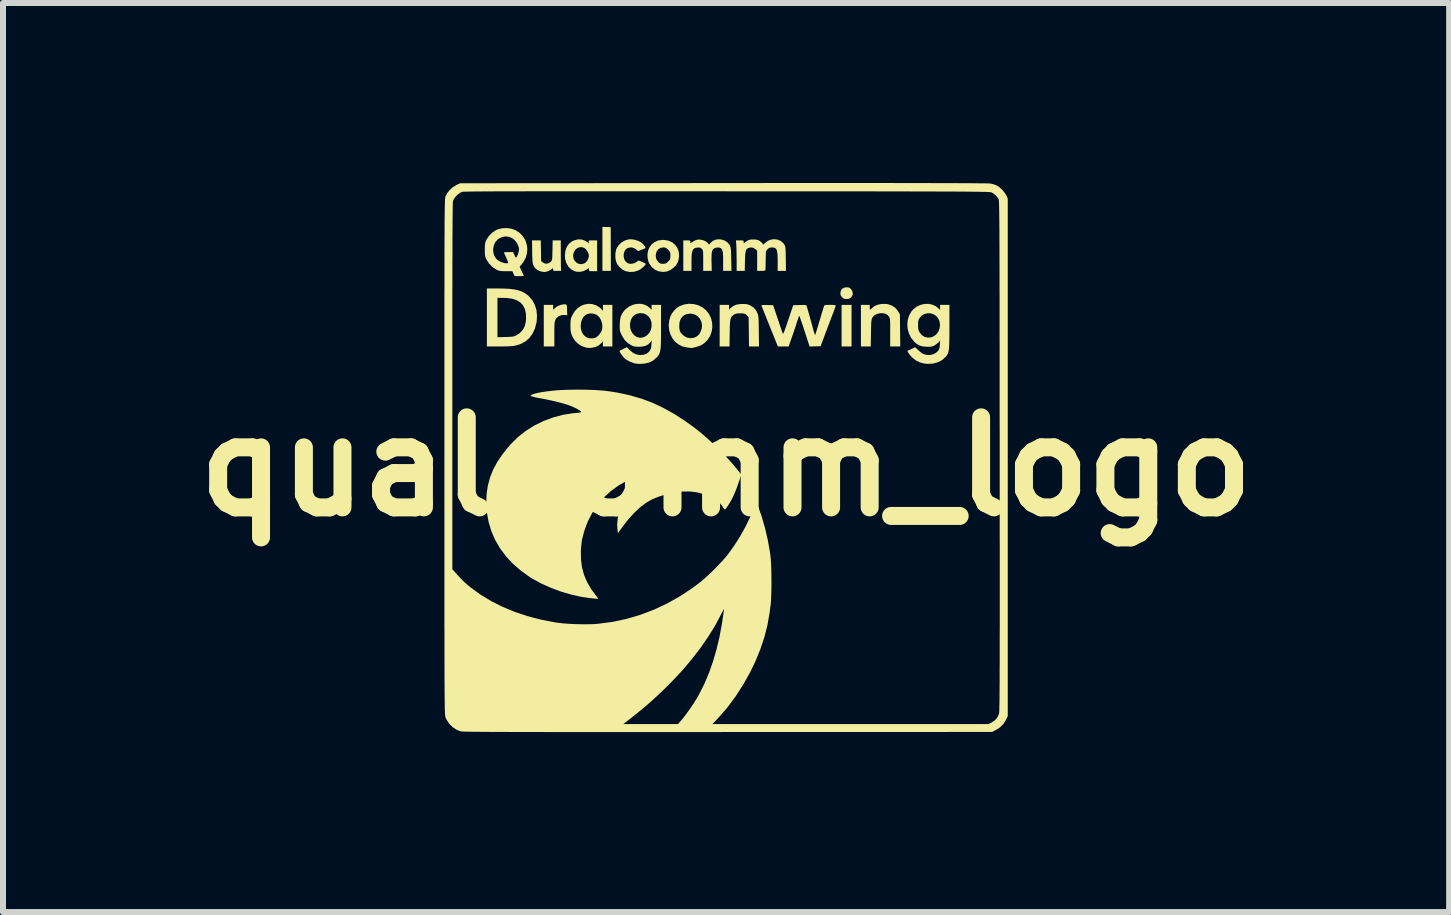
<source format=kicad_pcb>
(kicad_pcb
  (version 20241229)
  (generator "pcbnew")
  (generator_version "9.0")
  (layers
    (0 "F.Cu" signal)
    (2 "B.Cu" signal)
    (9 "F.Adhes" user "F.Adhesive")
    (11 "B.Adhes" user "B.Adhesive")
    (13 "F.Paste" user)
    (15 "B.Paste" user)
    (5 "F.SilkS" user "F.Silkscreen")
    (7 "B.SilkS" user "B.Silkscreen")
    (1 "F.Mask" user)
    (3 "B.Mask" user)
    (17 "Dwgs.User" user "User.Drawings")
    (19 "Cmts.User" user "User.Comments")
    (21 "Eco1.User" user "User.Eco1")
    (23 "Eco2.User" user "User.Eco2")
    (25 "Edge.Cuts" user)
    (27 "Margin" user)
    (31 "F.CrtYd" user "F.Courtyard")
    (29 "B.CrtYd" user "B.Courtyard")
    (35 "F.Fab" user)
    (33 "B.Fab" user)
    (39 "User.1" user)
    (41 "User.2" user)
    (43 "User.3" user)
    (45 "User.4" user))
  (footprint "qualcomm_logo"
    (layer "F.Cu")
    (at 9.05 4.727)
    (property "Reference" "qualcomm_logo" (at 0 0 0) (layer "F.SilkS") (effects (font (size 1.5 1.5) (thickness 0.3))))
    (attr board_only exclude_from_pos_files exclude_from_bom)
    (fp_poly (pts (xy -1.992 -3.994) (xy -1.923 -3.991) (xy -1.921 -3.627) (xy -1.92 -3.263) (xy -1.99 -3.263) (xy -2.061 -3.263) (xy -2.061 -3.63) (xy -2.061 -3.996)) (stroke (width 0) (type solid)) (fill yes) (layer "F.SilkS"))
    (fp_poly (pts (xy 2.091 -2.349) (xy 2.091 -2.003) (xy 2.008 -2.003) (xy 1.925 -2.003) (xy 1.925 -2.349) (xy 1.925 -2.696) (xy 2.008 -2.696) (xy 2.091 -2.696)) (stroke (width 0) (type solid)) (fill yes) (layer "F.SilkS"))
    (fp_poly (pts (xy 2.04 -2.987) (xy 2.062 -2.977) (xy 2.082 -2.959) (xy 2.105 -2.922) (xy 2.112 -2.882) (xy 2.101 -2.844) (xy 2.083 -2.82) (xy 2.059 -2.803) (xy 2.033 -2.795) (xy 2.009 -2.794) (xy 1.976 -2.796) (xy 1.952 -2.806) (xy 1.934 -2.823) (xy 1.913 -2.849) (xy 1.905 -2.878) (xy 1.905 -2.892) (xy 1.913 -2.935) (xy 1.937 -2.966) (xy 1.974 -2.985) (xy 2.008 -2.989)) (stroke (width 0) (type solid)) (fill yes) (layer "F.SilkS"))
    (fp_poly (pts (xy -2.677 -2.705) (xy -2.665 -2.702) (xy -2.658 -2.696) (xy -2.654 -2.682) (xy -2.651 -2.657) (xy -2.65 -2.617) (xy -2.65 -2.612) (xy -2.647 -2.523) (xy -2.69 -2.528) (xy -2.742 -2.525) (xy -2.789 -2.508) (xy -2.826 -2.477) (xy -2.843 -2.45) (xy -2.849 -2.434) (xy -2.854 -2.416) (xy -2.858 -2.393) (xy -2.86 -2.362) (xy -2.861 -2.32) (xy -2.862 -2.265) (xy -2.862 -2.205) (xy -2.862 -2.003) (xy -2.95 -2.003) (xy -3.038 -2.003) (xy -3.038 -2.349) (xy -3.038 -2.696) (xy -2.96 -2.696) (xy -2.882 -2.696) (xy -2.882 -2.656) (xy -2.882 -2.616) (xy -2.844 -2.65) (xy -2.804 -2.677) (xy -2.756 -2.696) (xy -2.706 -2.705)) (stroke (width 0) (type solid)) (fill yes) (layer "F.SilkS"))
    (fp_poly (pts (xy 2.698 -2.707) (xy 2.766 -2.684) (xy 2.821 -2.646) (xy 2.863 -2.595) (xy 2.868 -2.587) (xy 2.897 -2.535) (xy 2.9 -2.269) (xy 2.903 -2.003) (xy 2.819 -2.003) (xy 2.735 -2.003) (xy 2.735 -2.235) (xy 2.735 -2.309) (xy 2.735 -2.366) (xy 2.734 -2.409) (xy 2.732 -2.44) (xy 2.729 -2.462) (xy 2.726 -2.478) (xy 2.72 -2.491) (xy 2.716 -2.498) (xy 2.687 -2.532) (xy 2.648 -2.552) (xy 2.597 -2.558) (xy 2.575 -2.558) (xy 2.516 -2.547) (xy 2.471 -2.523) (xy 2.438 -2.484) (xy 2.435 -2.478) (xy 2.429 -2.465) (xy 2.425 -2.448) (xy 2.421 -2.424) (xy 2.419 -2.39) (xy 2.417 -2.345) (xy 2.416 -2.284) (xy 2.415 -2.225) (xy 2.411 -2.003) (xy 2.329 -2.003) (xy 2.247 -2.003) (xy 2.247 -2.349) (xy 2.247 -2.696) (xy 2.32 -2.696) (xy 2.393 -2.696) (xy 2.395 -2.665) (xy 2.395 -2.64) (xy 2.395 -2.626) (xy 2.395 -2.625) (xy 2.398 -2.618) (xy 2.412 -2.625) (xy 2.433 -2.644) (xy 2.475 -2.677) (xy 2.531 -2.7) (xy 2.594 -2.712) (xy 2.661 -2.712)) (stroke (width 0) (type solid)) (fill yes) (layer "F.SilkS"))
    (fp_poly (pts (xy -3.808 -2.97) (xy -3.698 -2.968) (xy -3.606 -2.963) (xy -3.528 -2.953) (xy -3.462 -2.939) (xy -3.405 -2.919) (xy -3.355 -2.893) (xy -3.31 -2.861) (xy -3.288 -2.842) (xy -3.23 -2.776) (xy -3.188 -2.699) (xy -3.161 -2.613) (xy -3.151 -2.519) (xy -3.157 -2.418) (xy -3.16 -2.399) (xy -3.186 -2.301) (xy -3.226 -2.215) (xy -3.279 -2.144) (xy -3.345 -2.087) (xy -3.424 -2.044) (xy -3.512 -2.017) (xy -3.552 -2.011) (xy -3.605 -2.007) (xy -3.674 -2.004) (xy -3.759 -2.003) (xy -3.783 -2.003) (xy -3.986 -2.003) (xy -3.986 -2.485) (xy -3.81 -2.485) (xy -3.81 -2.157) (xy -3.676 -2.161) (xy -3.619 -2.163) (xy -3.578 -2.165) (xy -3.549 -2.169) (xy -3.526 -2.175) (xy -3.506 -2.183) (xy -3.499 -2.187) (xy -3.436 -2.228) (xy -3.39 -2.277) (xy -3.357 -2.336) (xy -3.339 -2.408) (xy -3.333 -2.463) (xy -3.336 -2.551) (xy -3.352 -2.625) (xy -3.383 -2.687) (xy -3.429 -2.737) (xy -3.49 -2.774) (xy -3.565 -2.799) (xy -3.656 -2.811) (xy -3.715 -2.813) (xy -3.81 -2.814) (xy -3.81 -2.485) (xy -3.986 -2.485) (xy -3.986 -2.486) (xy -3.986 -2.97)) (stroke (width 0) (type solid)) (fill yes) (layer "F.SilkS"))
    (fp_poly (pts (xy 0.32 -2.71) (xy 0.353 -2.706) (xy 0.381 -2.697) (xy 0.401 -2.688) (xy 0.452 -2.656) (xy 0.49 -2.617) (xy 0.519 -2.567) (xy 0.519 -2.566) (xy 0.526 -2.55) (xy 0.532 -2.534) (xy 0.536 -2.515) (xy 0.539 -2.491) (xy 0.541 -2.46) (xy 0.543 -2.417) (xy 0.544 -2.362) (xy 0.545 -2.291) (xy 0.545 -2.259) (xy 0.549 -2.003) (xy 0.465 -2.003) (xy 0.382 -2.003) (xy 0.379 -2.247) (xy 0.376 -2.491) (xy 0.344 -2.523) (xy 0.327 -2.539) (xy 0.311 -2.548) (xy 0.291 -2.553) (xy 0.26 -2.555) (xy 0.237 -2.555) (xy 0.195 -2.554) (xy 0.167 -2.55) (xy 0.145 -2.542) (xy 0.129 -2.532) (xy 0.11 -2.517) (xy 0.094 -2.502) (xy 0.083 -2.483) (xy 0.074 -2.46) (xy 0.069 -2.428) (xy 0.065 -2.386) (xy 0.062 -2.33) (xy 0.061 -2.258) (xy 0.06 -2.225) (xy 0.057 -2.003) (xy -0.025 -2.003) (xy -0.107 -2.003) (xy -0.107 -2.349) (xy -0.107 -2.696) (xy -0.029 -2.696) (xy 0.049 -2.696) (xy 0.049 -2.658) (xy 0.049 -2.619) (xy 0.076 -2.644) (xy 0.121 -2.678) (xy 0.174 -2.7) (xy 0.237 -2.71) (xy 0.274 -2.711)) (stroke (width 0) (type solid)) (fill yes) (layer "F.SilkS"))
    (fp_poly (pts (xy -3.085 -3.599) (xy -3.082 -3.427) (xy -3.054 -3.403) (xy -3.019 -3.385) (xy -2.98 -3.383) (xy -2.942 -3.398) (xy -2.922 -3.414) (xy -2.913 -3.424) (xy -2.906 -3.434) (xy -2.901 -3.448) (xy -2.898 -3.468) (xy -2.896 -3.499) (xy -2.895 -3.543) (xy -2.894 -3.602) (xy -2.893 -3.605) (xy -2.89 -3.771) (xy -2.823 -3.771) (xy -2.755 -3.771) (xy -2.754 -3.549) (xy -2.754 -3.483) (xy -2.753 -3.422) (xy -2.753 -3.369) (xy -2.752 -3.328) (xy -2.751 -3.301) (xy -2.751 -3.295) (xy -2.749 -3.263) (xy -2.805 -3.263) (xy -2.837 -3.263) (xy -2.861 -3.262) (xy -2.87 -3.261) (xy -2.876 -3.268) (xy -2.882 -3.287) (xy -2.886 -3.306) (xy -2.892 -3.307) (xy -2.901 -3.297) (xy -2.927 -3.277) (xy -2.964 -3.259) (xy -3.003 -3.247) (xy -3.028 -3.244) (xy -3.062 -3.248) (xy -3.096 -3.256) (xy -3.099 -3.257) (xy -3.146 -3.278) (xy -3.179 -3.305) (xy -3.204 -3.341) (xy -3.208 -3.349) (xy -3.215 -3.367) (xy -3.221 -3.386) (xy -3.225 -3.409) (xy -3.227 -3.439) (xy -3.229 -3.481) (xy -3.231 -3.536) (xy -3.231 -3.583) (xy -3.234 -3.771) (xy -3.161 -3.771) (xy -3.088 -3.771)) (stroke (width 0) (type solid)) (fill yes) (layer "F.SilkS"))
    (fp_poly (pts (xy -2.405 -3.786) (xy -2.349 -3.765) (xy -2.329 -3.753) (xy -2.286 -3.722) (xy -2.29 -3.747) (xy -2.292 -3.759) (xy -2.288 -3.766) (xy -2.275 -3.77) (xy -2.249 -3.771) (xy -2.222 -3.771) (xy -2.149 -3.771) (xy -2.149 -3.514) (xy -2.149 -3.258) (xy -2.218 -3.258) (xy -2.253 -3.258) (xy -2.274 -3.26) (xy -2.283 -3.266) (xy -2.286 -3.276) (xy -2.286 -3.285) (xy -2.286 -3.311) (xy -2.328 -3.282) (xy -2.376 -3.259) (xy -2.433 -3.247) (xy -2.49 -3.249) (xy -2.524 -3.257) (xy -2.581 -3.288) (xy -2.628 -3.334) (xy -2.662 -3.392) (xy -2.682 -3.459) (xy -2.686 -3.513) (xy -2.685 -3.524) (xy -2.549 -3.524) (xy -2.544 -3.475) (xy -2.541 -3.465) (xy -2.518 -3.423) (xy -2.484 -3.393) (xy -2.442 -3.377) (xy -2.398 -3.376) (xy -2.355 -3.391) (xy -2.345 -3.398) (xy -2.316 -3.428) (xy -2.295 -3.469) (xy -2.286 -3.51) (xy -2.286 -3.513) (xy -2.294 -3.554) (xy -2.315 -3.596) (xy -2.345 -3.631) (xy -2.367 -3.647) (xy -2.41 -3.659) (xy -2.451 -3.655) (xy -2.488 -3.637) (xy -2.518 -3.607) (xy -2.539 -3.568) (xy -2.549 -3.524) (xy -2.685 -3.524) (xy -2.679 -3.592) (xy -2.657 -3.658) (xy -2.621 -3.712) (xy -2.571 -3.753) (xy -2.532 -3.771) (xy -2.466 -3.788)) (stroke (width 0) (type solid)) (fill yes) (layer "F.SilkS"))
    (fp_poly (pts (xy -1.534 -3.784) (xy -1.473 -3.766) (xy -1.422 -3.741) (xy -1.395 -3.72) (xy -1.37 -3.695) (xy -1.351 -3.671) (xy -1.343 -3.651) (xy -1.344 -3.643) (xy -1.354 -3.637) (xy -1.378 -3.626) (xy -1.407 -3.615) (xy -1.466 -3.592) (xy -1.488 -3.612) (xy -1.527 -3.64) (xy -1.569 -3.653) (xy -1.586 -3.654) (xy -1.634 -3.646) (xy -1.669 -3.624) (xy -1.691 -3.594) (xy -1.706 -3.546) (xy -1.707 -3.499) (xy -1.696 -3.455) (xy -1.673 -3.418) (xy -1.64 -3.392) (xy -1.6 -3.38) (xy -1.592 -3.38) (xy -1.537 -3.388) (xy -1.491 -3.411) (xy -1.479 -3.42) (xy -1.468 -3.43) (xy -1.457 -3.433) (xy -1.441 -3.43) (xy -1.415 -3.42) (xy -1.399 -3.413) (xy -1.368 -3.399) (xy -1.347 -3.387) (xy -1.338 -3.381) (xy -1.338 -3.381) (xy -1.346 -3.364) (xy -1.366 -3.34) (xy -1.395 -3.314) (xy -1.427 -3.29) (xy -1.459 -3.272) (xy -1.46 -3.271) (xy -1.529 -3.249) (xy -1.601 -3.244) (xy -1.67 -3.257) (xy -1.677 -3.259) (xy -1.725 -3.284) (xy -1.771 -3.322) (xy -1.808 -3.365) (xy -1.819 -3.384) (xy -1.837 -3.433) (xy -1.845 -3.493) (xy -1.844 -3.555) (xy -1.834 -3.611) (xy -1.827 -3.632) (xy -1.793 -3.687) (xy -1.746 -3.734) (xy -1.689 -3.768) (xy -1.628 -3.787) (xy -1.591 -3.79)) (stroke (width 0) (type solid)) (fill yes) (layer "F.SilkS"))
    (fp_poly (pts (xy -1.027 -3.778) (xy -0.956 -3.765) (xy -0.895 -3.736) (xy -0.845 -3.693) (xy -0.809 -3.64) (xy -0.788 -3.578) (xy -0.783 -3.509) (xy -0.795 -3.436) (xy -0.796 -3.434) (xy -0.81 -3.396) (xy -0.83 -3.363) (xy -0.862 -3.328) (xy -0.864 -3.326) (xy -0.922 -3.28) (xy -0.985 -3.253) (xy -1.052 -3.245) (xy -1.124 -3.256) (xy -1.134 -3.258) (xy -1.187 -3.284) (xy -1.236 -3.325) (xy -1.275 -3.376) (xy -1.284 -3.392) (xy -1.304 -3.453) (xy -1.31 -3.517) (xy -1.172 -3.517) (xy -1.168 -3.476) (xy -1.153 -3.441) (xy -1.125 -3.407) (xy -1.105 -3.39) (xy -1.083 -3.382) (xy -1.052 -3.38) (xy -1.022 -3.382) (xy -1 -3.389) (xy -0.978 -3.407) (xy -0.966 -3.418) (xy -0.945 -3.44) (xy -0.934 -3.459) (xy -0.929 -3.482) (xy -0.928 -3.516) (xy -0.928 -3.517) (xy -0.929 -3.552) (xy -0.933 -3.574) (xy -0.945 -3.593) (xy -0.965 -3.615) (xy -0.966 -3.616) (xy -0.991 -3.639) (xy -1.013 -3.65) (xy -1.038 -3.654) (xy -1.048 -3.654) (xy -1.095 -3.645) (xy -1.132 -3.62) (xy -1.159 -3.583) (xy -1.171 -3.534) (xy -1.172 -3.517) (xy -1.31 -3.517) (xy -1.311 -3.521) (xy -1.303 -3.588) (xy -1.284 -3.642) (xy -1.245 -3.7) (xy -1.194 -3.742) (xy -1.133 -3.769) (xy -1.062 -3.779)) (stroke (width 0) (type solid)) (fill yes) (layer "F.SilkS"))
    (fp_poly (pts (xy -0.541 -2.71) (xy -0.462 -2.69) (xy -0.39 -2.653) (xy -0.334 -2.607) (xy -0.285 -2.545) (xy -0.251 -2.476) (xy -0.233 -2.402) (xy -0.229 -2.326) (xy -0.24 -2.252) (xy -0.265 -2.181) (xy -0.304 -2.118) (xy -0.356 -2.064) (xy -0.414 -2.025) (xy -0.441 -2.014) (xy -0.475 -2.002) (xy -0.512 -1.991) (xy -0.546 -1.983) (xy -0.573 -1.978) (xy -0.588 -1.978) (xy -0.588 -1.978) (xy -0.599 -1.98) (xy -0.623 -1.983) (xy -0.647 -1.986) (xy -0.722 -2.002) (xy -0.789 -2.034) (xy -0.846 -2.079) (xy -0.893 -2.137) (xy -0.927 -2.203) (xy -0.949 -2.277) (xy -0.954 -2.339) (xy -0.78 -2.339) (xy -0.78 -2.325) (xy -0.776 -2.285) (xy -0.769 -2.257) (xy -0.757 -2.234) (xy -0.746 -2.221) (xy -0.702 -2.178) (xy -0.65 -2.151) (xy -0.594 -2.141) (xy -0.538 -2.148) (xy -0.52 -2.154) (xy -0.479 -2.177) (xy -0.449 -2.206) (xy -0.428 -2.241) (xy -0.406 -2.301) (xy -0.401 -2.36) (xy -0.412 -2.416) (xy -0.436 -2.465) (xy -0.472 -2.506) (xy -0.519 -2.535) (xy -0.575 -2.549) (xy -0.596 -2.55) (xy -0.656 -2.543) (xy -0.704 -2.521) (xy -0.735 -2.493) (xy -0.762 -2.45) (xy -0.777 -2.4) (xy -0.78 -2.339) (xy -0.954 -2.339) (xy -0.956 -2.356) (xy -0.947 -2.437) (xy -0.928 -2.503) (xy -0.903 -2.553) (xy -0.865 -2.602) (xy -0.822 -2.644) (xy -0.781 -2.672) (xy -0.703 -2.702) (xy -0.622 -2.715)) (stroke (width 0) (type solid)) (fill yes) (layer "F.SilkS"))
    (fp_poly (pts (xy -2.227 -2.709) (xy -2.161 -2.687) (xy -2.103 -2.65) (xy -2.083 -2.631) (xy -2.052 -2.597) (xy -2.052 -2.647) (xy -2.052 -2.696) (xy -1.973 -2.696) (xy -1.895 -2.696) (xy -1.895 -2.349) (xy -1.895 -2.003) (xy -1.973 -2.003) (xy -2.052 -2.003) (xy -2.052 -2.044) (xy -2.052 -2.085) (xy -2.083 -2.055) (xy -2.113 -2.029) (xy -2.139 -2.011) (xy -2.166 -1.999) (xy -2.201 -1.989) (xy -2.249 -1.981) (xy -2.262 -1.979) (xy -2.283 -1.979) (xy -2.314 -1.982) (xy -2.326 -1.983) (xy -2.397 -2.005) (xy -2.461 -2.043) (xy -2.515 -2.095) (xy -2.557 -2.16) (xy -2.571 -2.191) (xy -2.582 -2.225) (xy -2.589 -2.258) (xy -2.593 -2.296) (xy -2.593 -2.338) (xy -2.423 -2.338) (xy -2.416 -2.281) (xy -2.396 -2.228) (xy -2.371 -2.192) (xy -2.329 -2.157) (xy -2.282 -2.14) (xy -2.227 -2.138) (xy -2.19 -2.144) (xy -2.162 -2.157) (xy -2.131 -2.183) (xy -2.102 -2.217) (xy -2.079 -2.252) (xy -2.071 -2.271) (xy -2.061 -2.327) (xy -2.066 -2.385) (xy -2.083 -2.441) (xy -2.112 -2.49) (xy -2.15 -2.526) (xy -2.164 -2.534) (xy -2.214 -2.551) (xy -2.268 -2.554) (xy -2.318 -2.542) (xy -2.337 -2.532) (xy -2.375 -2.498) (xy -2.402 -2.451) (xy -2.418 -2.397) (xy -2.423 -2.338) (xy -2.593 -2.338) (xy -2.594 -2.347) (xy -2.594 -2.354) (xy -2.593 -2.403) (xy -2.591 -2.438) (xy -2.586 -2.466) (xy -2.577 -2.492) (xy -2.567 -2.514) (xy -2.526 -2.585) (xy -2.476 -2.64) (xy -2.416 -2.68) (xy -2.365 -2.701) (xy -2.296 -2.714)) (stroke (width 0) (type solid)) (fill yes) (layer "F.SilkS"))
    (fp_poly (pts (xy -0.068 -3.784) (xy -0.016 -3.765) (xy 0.028 -3.733) (xy 0.061 -3.69) (xy 0.061 -3.69) (xy 0.069 -3.674) (xy 0.074 -3.657) (xy 0.078 -3.637) (xy 0.081 -3.609) (xy 0.083 -3.571) (xy 0.085 -3.519) (xy 0.086 -3.456) (xy 0.09 -3.263) (xy 0.02 -3.263) (xy -0.049 -3.263) (xy -0.049 -3.419) (xy -0.049 -3.486) (xy -0.051 -3.536) (xy -0.054 -3.573) (xy -0.06 -3.6) (xy -0.068 -3.619) (xy -0.08 -3.634) (xy -0.083 -3.638) (xy -0.107 -3.65) (xy -0.141 -3.653) (xy -0.177 -3.647) (xy -0.19 -3.643) (xy -0.209 -3.63) (xy -0.224 -3.613) (xy -0.234 -3.587) (xy -0.24 -3.551) (xy -0.242 -3.5) (xy -0.243 -3.434) (xy -0.242 -3.414) (xy -0.239 -3.263) (xy -0.31 -3.263) (xy -0.381 -3.263) (xy -0.381 -3.434) (xy -0.381 -3.496) (xy -0.382 -3.541) (xy -0.383 -3.573) (xy -0.385 -3.595) (xy -0.389 -3.609) (xy -0.395 -3.619) (xy -0.404 -3.628) (xy -0.406 -3.631) (xy -0.424 -3.646) (xy -0.443 -3.652) (xy -0.47 -3.652) (xy -0.481 -3.651) (xy -0.511 -3.646) (xy -0.534 -3.635) (xy -0.551 -3.617) (xy -0.563 -3.588) (xy -0.571 -3.547) (xy -0.575 -3.492) (xy -0.576 -3.42) (xy -0.576 -3.402) (xy -0.576 -3.263) (xy -0.645 -3.263) (xy -0.713 -3.263) (xy -0.713 -3.517) (xy -0.713 -3.771) (xy -0.655 -3.771) (xy -0.622 -3.77) (xy -0.605 -3.768) (xy -0.597 -3.761) (xy -0.596 -3.747) (xy -0.596 -3.747) (xy -0.596 -3.723) (xy -0.546 -3.754) (xy -0.509 -3.774) (xy -0.477 -3.783) (xy -0.446 -3.785) (xy -0.398 -3.778) (xy -0.352 -3.762) (xy -0.315 -3.738) (xy -0.299 -3.72) (xy -0.284 -3.699) (xy -0.263 -3.726) (xy -0.223 -3.761) (xy -0.175 -3.783) (xy -0.122 -3.79)) (stroke (width 0) (type solid)) (fill yes) (layer "F.SilkS"))
    (fp_poly (pts (xy 0.859 -3.784) (xy 0.91 -3.762) (xy 0.952 -3.727) (xy 0.965 -3.709) (xy 0.974 -3.695) (xy 0.981 -3.681) (xy 0.986 -3.666) (xy 0.989 -3.645) (xy 0.991 -3.617) (xy 0.993 -3.577) (xy 0.994 -3.522) (xy 0.995 -3.466) (xy 0.998 -3.263) (xy 0.929 -3.263) (xy 0.86 -3.263) (xy 0.86 -3.412) (xy 0.859 -3.487) (xy 0.856 -3.546) (xy 0.85 -3.588) (xy 0.84 -3.619) (xy 0.825 -3.638) (xy 0.805 -3.649) (xy 0.778 -3.653) (xy 0.764 -3.653) (xy 0.731 -3.65) (xy 0.706 -3.637) (xy 0.693 -3.625) (xy 0.674 -3.603) (xy 0.664 -3.583) (xy 0.663 -3.579) (xy 0.663 -3.563) (xy 0.662 -3.531) (xy 0.661 -3.489) (xy 0.66 -3.439) (xy 0.66 -3.424) (xy 0.659 -3.374) (xy 0.658 -3.33) (xy 0.657 -3.296) (xy 0.656 -3.277) (xy 0.656 -3.275) (xy 0.647 -3.268) (xy 0.622 -3.264) (xy 0.586 -3.263) (xy 0.518 -3.263) (xy 0.518 -3.43) (xy 0.518 -3.597) (xy 0.489 -3.625) (xy 0.453 -3.648) (xy 0.411 -3.654) (xy 0.368 -3.643) (xy 0.351 -3.633) (xy 0.338 -3.618) (xy 0.329 -3.596) (xy 0.323 -3.564) (xy 0.318 -3.52) (xy 0.316 -3.46) (xy 0.315 -3.422) (xy 0.311 -3.263) (xy 0.243 -3.263) (xy 0.176 -3.263) (xy 0.176 -3.451) (xy 0.175 -3.515) (xy 0.174 -3.577) (xy 0.173 -3.633) (xy 0.171 -3.678) (xy 0.17 -3.705) (xy 0.164 -3.771) (xy 0.229 -3.771) (xy 0.263 -3.771) (xy 0.282 -3.768) (xy 0.291 -3.762) (xy 0.293 -3.751) (xy 0.293 -3.747) (xy 0.293 -3.722) (xy 0.338 -3.754) (xy 0.364 -3.771) (xy 0.386 -3.78) (xy 0.413 -3.785) (xy 0.452 -3.786) (xy 0.453 -3.786) (xy 0.493 -3.785) (xy 0.521 -3.78) (xy 0.544 -3.771) (xy 0.565 -3.758) (xy 0.59 -3.738) (xy 0.607 -3.719) (xy 0.611 -3.711) (xy 0.616 -3.702) (xy 0.624 -3.703) (xy 0.64 -3.717) (xy 0.649 -3.727) (xy 0.695 -3.763) (xy 0.748 -3.784) (xy 0.804 -3.791)) (stroke (width 0) (type solid)) (fill yes) (layer "F.SilkS"))
    (fp_poly (pts (xy -3.582 -3.967) (xy -3.514 -3.944) (xy -3.513 -3.943) (xy -3.444 -3.899) (xy -3.389 -3.844) (xy -3.348 -3.779) (xy -3.323 -3.708) (xy -3.312 -3.634) (xy -3.318 -3.557) (xy -3.339 -3.481) (xy -3.378 -3.409) (xy -3.417 -3.359) (xy -3.441 -3.332) (xy -3.406 -3.258) (xy -3.39 -3.223) (xy -3.377 -3.196) (xy -3.371 -3.181) (xy -3.37 -3.179) (xy -3.379 -3.177) (xy -3.403 -3.176) (xy -3.437 -3.175) (xy -3.447 -3.175) (xy -3.523 -3.175) (xy -3.543 -3.216) (xy -3.562 -3.257) (xy -3.669 -3.257) (xy -3.72 -3.258) (xy -3.756 -3.261) (xy -3.784 -3.266) (xy -3.807 -3.274) (xy -3.821 -3.28) (xy -3.891 -3.325) (xy -3.95 -3.385) (xy -3.987 -3.441) (xy -4.001 -3.468) (xy -4.011 -3.49) (xy -4.016 -3.513) (xy -4.019 -3.541) (xy -4.02 -3.58) (xy -4.02 -3.615) (xy -4.02 -3.627) (xy -3.882 -3.627) (xy -3.878 -3.567) (xy -3.861 -3.511) (xy -3.829 -3.463) (xy -3.818 -3.452) (xy -3.789 -3.43) (xy -3.752 -3.412) (xy -3.713 -3.398) (xy -3.676 -3.39) (xy -3.647 -3.389) (xy -3.632 -3.395) (xy -3.633 -3.406) (xy -3.642 -3.43) (xy -3.655 -3.464) (xy -3.664 -3.484) (xy -3.681 -3.52) (xy -3.694 -3.549) (xy -3.701 -3.567) (xy -3.703 -3.571) (xy -3.694 -3.573) (xy -3.67 -3.575) (xy -3.636 -3.576) (xy -3.626 -3.576) (xy -3.55 -3.576) (xy -3.526 -3.526) (xy -3.513 -3.498) (xy -3.504 -3.486) (xy -3.496 -3.487) (xy -3.49 -3.494) (xy -3.48 -3.513) (xy -3.468 -3.543) (xy -3.461 -3.563) (xy -3.452 -3.599) (xy -3.45 -3.626) (xy -3.455 -3.656) (xy -3.456 -3.659) (xy -3.481 -3.721) (xy -3.518 -3.771) (xy -3.565 -3.807) (xy -3.617 -3.83) (xy -3.673 -3.837) (xy -3.73 -3.828) (xy -3.785 -3.802) (xy -3.809 -3.784) (xy -3.847 -3.74) (xy -3.871 -3.686) (xy -3.882 -3.627) (xy -4.02 -3.627) (xy -4.02 -3.665) (xy -4.018 -3.701) (xy -4.014 -3.728) (xy -4.007 -3.751) (xy -3.996 -3.776) (xy -3.993 -3.783) (xy -3.954 -3.842) (xy -3.902 -3.896) (xy -3.841 -3.938) (xy -3.802 -3.956) (xy -3.732 -3.973) (xy -3.656 -3.976)) (stroke (width 0) (type solid)) (fill yes) (layer "F.SilkS"))
    (fp_poly (pts (xy 1.781 -2.696) (xy 1.81 -2.693) (xy 1.825 -2.688) (xy 1.827 -2.684) (xy 1.824 -2.671) (xy 1.814 -2.643) (xy 1.801 -2.605) (xy 1.784 -2.559) (xy 1.778 -2.545) (xy 1.759 -2.496) (xy 1.735 -2.433) (xy 1.709 -2.363) (xy 1.681 -2.29) (xy 1.655 -2.22) (xy 1.652 -2.213) (xy 1.576 -2.008) (xy 1.484 -2.005) (xy 1.392 -2.002) (xy 1.31 -2.254) (xy 1.288 -2.321) (xy 1.268 -2.381) (xy 1.25 -2.433) (xy 1.236 -2.474) (xy 1.226 -2.502) (xy 1.221 -2.513) (xy 1.221 -2.513) (xy 1.216 -2.508) (xy 1.207 -2.488) (xy 1.196 -2.456) (xy 1.189 -2.435) (xy 1.177 -2.397) (xy 1.161 -2.346) (xy 1.141 -2.286) (xy 1.12 -2.223) (xy 1.103 -2.176) (xy 1.043 -2.003) (xy 0.953 -2.003) (xy 0.863 -2.003) (xy 0.727 -2.341) (xy 0.696 -2.417) (xy 0.668 -2.488) (xy 0.642 -2.552) (xy 0.621 -2.606) (xy 0.604 -2.647) (xy 0.593 -2.676) (xy 0.588 -2.688) (xy 0.588 -2.688) (xy 0.595 -2.692) (xy 0.619 -2.694) (xy 0.658 -2.695) (xy 0.684 -2.694) (xy 0.784 -2.691) (xy 0.86 -2.467) (xy 0.881 -2.403) (xy 0.901 -2.344) (xy 0.919 -2.294) (xy 0.932 -2.254) (xy 0.941 -2.228) (xy 0.944 -2.22) (xy 0.948 -2.215) (xy 0.953 -2.22) (xy 0.961 -2.234) (xy 0.972 -2.259) (xy 0.986 -2.298) (xy 1.005 -2.351) (xy 1.028 -2.421) (xy 1.036 -2.444) (xy 1.119 -2.691) (xy 1.228 -2.694) (xy 1.276 -2.695) (xy 1.308 -2.695) (xy 1.327 -2.692) (xy 1.337 -2.688) (xy 1.342 -2.681) (xy 1.342 -2.68) (xy 1.363 -2.608) (xy 1.386 -2.528) (xy 1.409 -2.444) (xy 1.431 -2.366) (xy 1.446 -2.307) (xy 1.459 -2.263) (xy 1.47 -2.227) (xy 1.479 -2.203) (xy 1.484 -2.195) (xy 1.485 -2.195) (xy 1.489 -2.206) (xy 1.498 -2.234) (xy 1.511 -2.274) (xy 1.527 -2.326) (xy 1.544 -2.385) (xy 1.557 -2.428) (xy 1.576 -2.492) (xy 1.593 -2.551) (xy 1.609 -2.602) (xy 1.621 -2.641) (xy 1.629 -2.667) (xy 1.632 -2.674) (xy 1.637 -2.685) (xy 1.646 -2.691) (xy 1.663 -2.695) (xy 1.691 -2.696) (xy 1.734 -2.696)) (stroke (width 0) (type solid)) (fill yes) (layer "F.SilkS"))
    (fp_poly (pts (xy 3.441 -2.699) (xy 3.499 -2.671) (xy 3.527 -2.649) (xy 3.566 -2.611) (xy 3.566 -2.654) (xy 3.566 -2.696) (xy 3.644 -2.696) (xy 3.722 -2.696) (xy 3.722 -2.331) (xy 3.722 -2.228) (xy 3.721 -2.142) (xy 3.72 -2.072) (xy 3.718 -2.015) (xy 3.715 -1.969) (xy 3.71 -1.933) (xy 3.703 -1.905) (xy 3.694 -1.881) (xy 3.683 -1.861) (xy 3.669 -1.842) (xy 3.653 -1.824) (xy 3.597 -1.774) (xy 3.528 -1.739) (xy 3.449 -1.718) (xy 3.362 -1.713) (xy 3.297 -1.719) (xy 3.228 -1.738) (xy 3.16 -1.773) (xy 3.099 -1.821) (xy 3.05 -1.878) (xy 3.039 -1.895) (xy 3.019 -1.929) (xy 3.085 -1.959) (xy 3.151 -1.99) (xy 3.2 -1.944) (xy 3.23 -1.917) (xy 3.261 -1.894) (xy 3.281 -1.881) (xy 3.336 -1.863) (xy 3.394 -1.86) (xy 3.45 -1.872) (xy 3.499 -1.898) (xy 3.529 -1.926) (xy 3.546 -1.949) (xy 3.555 -1.973) (xy 3.561 -2.004) (xy 3.563 -2.034) (xy 3.568 -2.105) (xy 3.547 -2.078) (xy 3.525 -2.058) (xy 3.496 -2.035) (xy 3.48 -2.025) (xy 3.454 -2.011) (xy 3.431 -2.003) (xy 3.402 -1.999) (xy 3.363 -1.998) (xy 3.351 -1.998) (xy 3.282 -2.003) (xy 3.226 -2.018) (xy 3.178 -2.045) (xy 3.138 -2.079) (xy 3.086 -2.143) (xy 3.049 -2.215) (xy 3.027 -2.291) (xy 3.021 -2.36) (xy 3.2 -2.36) (xy 3.201 -2.317) (xy 3.204 -2.286) (xy 3.213 -2.261) (xy 3.226 -2.236) (xy 3.262 -2.192) (xy 3.308 -2.163) (xy 3.361 -2.151) (xy 3.416 -2.155) (xy 3.454 -2.169) (xy 3.501 -2.202) (xy 3.536 -2.248) (xy 3.558 -2.303) (xy 3.565 -2.364) (xy 3.556 -2.425) (xy 3.533 -2.476) (xy 3.497 -2.515) (xy 3.453 -2.542) (xy 3.403 -2.556) (xy 3.352 -2.556) (xy 3.302 -2.543) (xy 3.258 -2.515) (xy 3.226 -2.479) (xy 3.212 -2.456) (xy 3.204 -2.434) (xy 3.201 -2.407) (xy 3.2 -2.367) (xy 3.2 -2.36) (xy 3.021 -2.36) (xy 3.02 -2.37) (xy 3.028 -2.448) (xy 3.051 -2.521) (xy 3.089 -2.587) (xy 3.122 -2.624) (xy 3.178 -2.668) (xy 3.242 -2.697) (xy 3.309 -2.712) (xy 3.377 -2.713)) (stroke (width 0) (type solid)) (fill yes) (layer "F.SilkS"))
    (fp_poly (pts (xy -1.359 -2.7) (xy -1.304 -2.671) (xy -1.283 -2.655) (xy -1.241 -2.616) (xy -1.241 -2.656) (xy -1.241 -2.696) (xy -1.163 -2.696) (xy -1.084 -2.696) (xy -1.084 -2.331) (xy -1.084 -2.228) (xy -1.085 -2.142) (xy -1.086 -2.072) (xy -1.088 -2.015) (xy -1.092 -1.969) (xy -1.097 -1.933) (xy -1.104 -1.904) (xy -1.113 -1.88) (xy -1.125 -1.86) (xy -1.139 -1.84) (xy -1.157 -1.82) (xy -1.159 -1.818) (xy -1.216 -1.768) (xy -1.284 -1.735) (xy -1.364 -1.717) (xy -1.401 -1.714) (xy -1.451 -1.713) (xy -1.498 -1.717) (xy -1.529 -1.723) (xy -1.599 -1.748) (xy -1.663 -1.783) (xy -1.688 -1.802) (xy -1.707 -1.821) (xy -1.728 -1.847) (xy -1.749 -1.876) (xy -1.765 -1.902) (xy -1.775 -1.922) (xy -1.775 -1.931) (xy -1.764 -1.937) (xy -1.741 -1.949) (xy -1.712 -1.963) (xy -1.653 -1.991) (xy -1.615 -1.952) (xy -1.565 -1.907) (xy -1.516 -1.878) (xy -1.464 -1.864) (xy -1.426 -1.861) (xy -1.37 -1.866) (xy -1.326 -1.882) (xy -1.289 -1.911) (xy -1.274 -1.93) (xy -1.259 -1.953) (xy -1.25 -1.979) (xy -1.245 -2.015) (xy -1.244 -2.035) (xy -1.239 -2.105) (xy -1.26 -2.074) (xy -1.297 -2.037) (xy -1.348 -2.012) (xy -1.414 -1.999) (xy -1.451 -1.998) (xy -1.498 -1.999) (xy -1.534 -2.005) (xy -1.564 -2.016) (xy -1.574 -2.02) (xy -1.637 -2.059) (xy -1.687 -2.107) (xy -1.728 -2.171) (xy -1.736 -2.186) (xy -1.753 -2.221) (xy -1.764 -2.248) (xy -1.77 -2.274) (xy -1.772 -2.306) (xy -1.773 -2.349) (xy -1.772 -2.359) (xy -1.771 -2.383) (xy -1.6 -2.383) (xy -1.599 -2.324) (xy -1.586 -2.27) (xy -1.561 -2.224) (xy -1.528 -2.187) (xy -1.487 -2.161) (xy -1.441 -2.149) (xy -1.391 -2.152) (xy -1.344 -2.171) (xy -1.314 -2.193) (xy -1.285 -2.223) (xy -1.276 -2.235) (xy -1.251 -2.285) (xy -1.241 -2.343) (xy -1.243 -2.403) (xy -1.26 -2.457) (xy -1.292 -2.503) (xy -1.333 -2.536) (xy -1.38 -2.554) (xy -1.43 -2.559) (xy -1.479 -2.551) (xy -1.523 -2.53) (xy -1.56 -2.495) (xy -1.586 -2.447) (xy -1.587 -2.445) (xy -1.6 -2.383) (xy -1.771 -2.383) (xy -1.768 -2.435) (xy -1.756 -2.497) (xy -1.734 -2.55) (xy -1.699 -2.598) (xy -1.675 -2.624) (xy -1.618 -2.668) (xy -1.555 -2.697) (xy -1.489 -2.713) (xy -1.422 -2.714)) (stroke (width 0) (type solid)) (fill yes) (layer "F.SilkS"))
    (fp_poly (pts (xy -2.315 -1.282) (xy -2.179 -1.277) (xy -2.052 -1.268) (xy -1.931 -1.254) (xy -1.812 -1.234) (xy -1.689 -1.209) (xy -1.587 -1.185) (xy -1.406 -1.132) (xy -1.227 -1.065) (xy -1.049 -0.981) (xy -0.87 -0.882) (xy -0.688 -0.765) (xy -0.524 -0.647) (xy -0.416 -0.561) (xy -0.303 -0.463) (xy -0.187 -0.355) (xy -0.074 -0.243) (xy 0.035 -0.129) (xy 0.134 -0.017) (xy 0.22 0.089) (xy 0.227 0.098) (xy 0.254 0.133) (xy 0.216 0.245) (xy 0.186 0.331) (xy 0.159 0.403) (xy 0.133 0.464) (xy 0.107 0.52) (xy 0.079 0.573) (xy 0.045 0.628) (xy 0.041 0.635) (xy 0.015 0.675) (xy -0.003 0.7) (xy -0.016 0.711) (xy -0.028 0.708) (xy -0.041 0.692) (xy -0.058 0.666) (xy -0.091 0.621) (xy -0.127 0.584) (xy -0.172 0.551) (xy -0.229 0.518) (xy -0.259 0.503) (xy -0.371 0.457) (xy -0.487 0.427) (xy -0.609 0.413) (xy -0.737 0.415) (xy -0.874 0.433) (xy -1.019 0.467) (xy -1.132 0.503) (xy -1.234 0.545) (xy -1.334 0.603) (xy -1.432 0.677) (xy -1.529 0.768) (xy -1.628 0.877) (xy -1.727 1.004) (xy -1.739 1.02) (xy -1.802 1.108) (xy -1.811 1.04) (xy -1.815 0.965) (xy -1.808 0.879) (xy -1.793 0.786) (xy -1.769 0.691) (xy -1.738 0.599) (xy -1.721 0.558) (xy -1.684 0.483) (xy -1.639 0.407) (xy -1.589 0.335) (xy -1.538 0.27) (xy -1.487 0.215) (xy -1.439 0.175) (xy -1.434 0.171) (xy -1.408 0.153) (xy -1.396 0.142) (xy -1.399 0.139) (xy -1.417 0.143) (xy -1.453 0.154) (xy -1.491 0.167) (xy -1.646 0.231) (xy -1.788 0.311) (xy -1.919 0.405) (xy -2.036 0.513) (xy -2.14 0.634) (xy -2.229 0.768) (xy -2.304 0.912) (xy -2.362 1.068) (xy -2.398 1.202) (xy -2.405 1.241) (xy -2.411 1.293) (xy -2.416 1.35) (xy -2.42 1.403) (xy -2.418 1.545) (xy -2.401 1.679) (xy -2.366 1.806) (xy -2.314 1.928) (xy -2.243 2.048) (xy -2.165 2.152) (xy -2.146 2.177) (xy -2.134 2.195) (xy -2.131 2.202) (xy -2.141 2.202) (xy -2.168 2.2) (xy -2.205 2.197) (xy -2.251 2.192) (xy -2.255 2.192) (xy -2.419 2.168) (xy -2.589 2.129) (xy -2.759 2.079) (xy -2.925 2.017) (xy -3.082 1.946) (xy -3.227 1.867) (xy -3.271 1.84) (xy -3.419 1.734) (xy -3.551 1.619) (xy -3.667 1.495) (xy -3.766 1.362) (xy -3.848 1.222) (xy -3.912 1.074) (xy -3.958 0.92) (xy -3.987 0.761) (xy -3.996 0.596) (xy -3.996 0.594) (xy -3.99 0.449) (xy -3.969 0.312) (xy -3.934 0.181) (xy -3.883 0.053) (xy -3.816 -0.073) (xy -3.732 -0.199) (xy -3.63 -0.327) (xy -3.587 -0.376) (xy -3.47 -0.492) (xy -3.339 -0.595) (xy -3.197 -0.685) (xy -3.044 -0.76) (xy -2.884 -0.82) (xy -2.719 -0.864) (xy -2.55 -0.891) (xy -2.503 -0.895) (xy -2.464 -0.898) (xy -2.433 -0.903) (xy -2.416 -0.907) (xy -2.413 -0.908) (xy -2.422 -0.923) (xy -2.447 -0.942) (xy -2.486 -0.965) (xy -2.536 -0.989) (xy -2.595 -1.014) (xy -2.647 -1.033) (xy -2.689 -1.046) (xy -2.744 -1.062) (xy -2.809 -1.078) (xy -2.878 -1.095) (xy -2.948 -1.11) (xy -3.012 -1.124) (xy -3.066 -1.134) (xy -3.092 -1.138) (xy -3.125 -1.144) (xy -3.164 -1.152) (xy -3.203 -1.162) (xy -3.235 -1.171) (xy -3.256 -1.179) (xy -3.257 -1.18) (xy -3.258 -1.187) (xy -3.243 -1.197) (xy -3.214 -1.209) (xy -3.177 -1.22) (xy -3.132 -1.231) (xy -3.084 -1.24) (xy -3.082 -1.241) (xy -2.989 -1.254) (xy -2.902 -1.265) (xy -2.817 -1.273) (xy -2.727 -1.278) (xy -2.63 -1.282) (xy -2.52 -1.283) (xy -2.467 -1.284)) (stroke (width 0) (type solid)) (fill yes) (layer "F.SilkS"))
    (fp_poly (pts (xy 1.978 -4.727) (xy 2.251 -4.727) (xy 2.506 -4.727) (xy 2.744 -4.727) (xy 2.964 -4.726) (xy 3.168 -4.726) (xy 3.355 -4.726) (xy 3.526 -4.725) (xy 3.681 -4.725) (xy 3.82 -4.725) (xy 3.943 -4.724) (xy 4.051 -4.724) (xy 4.145 -4.723) (xy 4.223 -4.722) (xy 4.288 -4.722) (xy 4.338 -4.721) (xy 4.374 -4.72) (xy 4.397 -4.719) (xy 4.405 -4.718) (xy 4.447 -4.709) (xy 4.489 -4.695) (xy 4.512 -4.685) (xy 4.556 -4.656) (xy 4.601 -4.615) (xy 4.641 -4.567) (xy 4.671 -4.52) (xy 4.673 -4.516) (xy 4.694 -4.469) (xy 4.694 -0.156) (xy 4.694 4.157) (xy 4.668 4.212) (xy 4.624 4.285) (xy 4.565 4.344) (xy 4.495 4.389) (xy 4.431 4.421) (xy 0.03 4.422) (xy -0.324 4.423) (xy -0.659 4.423) (xy -0.976 4.423) (xy -1.274 4.423) (xy -1.555 4.423) (xy -1.819 4.423) (xy -2.067 4.423) (xy -2.299 4.423) (xy -2.515 4.423) (xy -2.716 4.423) (xy -2.903 4.423) (xy -3.077 4.422) (xy -3.236 4.422) (xy -3.383 4.422) (xy -3.518 4.422) (xy -3.641 4.421) (xy -3.753 4.421) (xy -3.854 4.421) (xy -3.944 4.42) (xy -4.025 4.42) (xy -4.097 4.419) (xy -4.16 4.418) (xy -4.215 4.418) (xy -4.262 4.417) (xy -4.302 4.416) (xy -4.336 4.416) (xy -4.363 4.415) (xy -4.385 4.414) (xy -4.402 4.413) (xy -4.414 4.412) (xy -4.422 4.411) (xy -4.425 4.41) (xy -4.496 4.382) (xy -4.56 4.338) (xy -4.608 4.289) (xy -1.711 4.289) (xy -1.256 4.289) (xy -0.801 4.289) (xy -0.768 4.252) (xy -0.716 4.19) (xy -0.659 4.115) (xy -0.599 4.032) (xy -0.54 3.944) (xy -0.486 3.856) (xy -0.45 3.794) (xy -0.366 3.629) (xy -0.289 3.447) (xy -0.22 3.253) (xy -0.16 3.048) (xy -0.109 2.834) (xy -0.069 2.616) (xy -0.054 2.516) (xy -0.047 2.468) (xy -0.041 2.425) (xy -0.036 2.392) (xy -0.033 2.374) (xy -0.035 2.373) (xy -0.044 2.387) (xy -0.059 2.415) (xy -0.079 2.452) (xy -0.086 2.467) (xy -0.183 2.649) (xy -0.298 2.835) (xy -0.428 3.023) (xy -0.573 3.21) (xy -0.729 3.395) (xy -0.897 3.574) (xy -0.928 3.606) (xy -1.042 3.719) (xy -1.151 3.822) (xy -1.258 3.92) (xy -1.368 4.015) (xy -1.486 4.112) (xy -1.615 4.214) (xy -1.711 4.289) (xy -4.608 4.289) (xy -4.616 4.281) (xy -4.659 4.215) (xy -4.675 4.179) (xy -4.677 4.174) (xy -4.678 4.169) (xy -4.679 4.163) (xy -4.681 4.155) (xy -4.682 4.145) (xy -4.683 4.132) (xy -4.684 4.116) (xy -4.685 4.096) (xy -4.686 4.071) (xy -4.687 4.042) (xy -4.688 4.007) (xy -4.688 3.966) (xy -4.689 3.918) (xy -4.69 3.863) (xy -4.69 3.8) (xy -4.691 3.729) (xy -4.691 3.65) (xy -4.692 3.561) (xy -4.692 3.462) (xy -4.692 3.353) (xy -4.693 3.232) (xy -4.693 3.101) (xy -4.693 2.957) (xy -4.693 2.8) (xy -4.694 2.631) (xy -4.694 2.448) (xy -4.694 2.25) (xy -4.694 2.038) (xy -4.694 1.81) (xy -4.694 1.567) (xy -4.694 1.307) (xy -4.694 1.03) (xy -4.694 0.735) (xy -4.694 0.423) (xy -4.694 0.092) (xy -4.694 -0.161) (xy -4.694 -0.506) (xy -4.694 -0.832) (xy -4.694 -1.14) (xy -4.694 -1.34) (xy -4.562 -1.34) (xy -4.562 1.71) (xy -4.485 1.795) (xy -4.437 1.847) (xy -4.397 1.889) (xy -4.359 1.926) (xy -4.319 1.961) (xy -4.271 2.001) (xy -4.25 2.018) (xy -4.09 2.134) (xy -3.915 2.24) (xy -3.727 2.335) (xy -3.526 2.418) (xy -3.315 2.489) (xy -3.096 2.547) (xy -2.869 2.591) (xy -2.814 2.6) (xy -2.73 2.61) (xy -2.631 2.618) (xy -2.525 2.623) (xy -2.416 2.626) (xy -2.31 2.626) (xy -2.213 2.624) (xy -2.14 2.619) (xy -1.9 2.588) (xy -1.663 2.538) (xy -1.429 2.469) (xy -1.201 2.383) (xy -0.978 2.278) (xy -0.762 2.156) (xy -0.554 2.018) (xy -0.43 1.924) (xy -0.365 1.869) (xy -0.293 1.804) (xy -0.217 1.731) (xy -0.141 1.654) (xy -0.07 1.579) (xy -0.008 1.509) (xy 0.03 1.463) (xy 0.132 1.321) (xy 0.231 1.166) (xy 0.323 1.001) (xy 0.404 0.833) (xy 0.462 0.695) (xy 0.505 0.584) (xy 0.527 0.641) (xy 0.592 0.826) (xy 0.649 1.023) (xy 0.696 1.226) (xy 0.732 1.43) (xy 0.739 1.484) (xy 0.745 1.542) (xy 0.75 1.614) (xy 0.753 1.697) (xy 0.755 1.788) (xy 0.756 1.882) (xy 0.756 1.977) (xy 0.755 2.069) (xy 0.752 2.154) (xy 0.749 2.23) (xy 0.744 2.293) (xy 0.738 2.335) (xy 0.735 2.355) (xy 0.731 2.389) (xy 0.725 2.43) (xy 0.723 2.447) (xy 0.689 2.642) (xy 0.638 2.842) (xy 0.57 3.045) (xy 0.487 3.248) (xy 0.407 3.414) (xy 0.288 3.628) (xy 0.159 3.828) (xy 0.022 4.013) (xy -0.124 4.181) (xy -0.145 4.203) (xy -0.227 4.289) (xy 2.073 4.289) (xy 4.373 4.289) (xy 4.423 4.264) (xy 4.481 4.226) (xy 4.522 4.177) (xy 4.547 4.12) (xy 4.549 4.114) (xy 4.55 4.106) (xy 4.551 4.094) (xy 4.552 4.077) (xy 4.553 4.057) (xy 4.554 4.031) (xy 4.554 3.999) (xy 4.555 3.961) (xy 4.556 3.917) (xy 4.557 3.865) (xy 4.557 3.806) (xy 4.558 3.738) (xy 4.558 3.661) (xy 4.559 3.575) (xy 4.559 3.479) (xy 4.559 3.372) (xy 4.56 3.255) (xy 4.56 3.126) (xy 4.56 2.985) (xy 4.56 2.831) (xy 4.561 2.664) (xy 4.561 2.484) (xy 4.561 2.289) (xy 4.561 2.079) (xy 4.561 1.855) (xy 4.561 1.614) (xy 4.561 1.357) (xy 4.56 1.083) (xy 4.56 0.792) (xy 4.56 0.483) (xy 4.56 0.155) (xy 4.56 -0.181) (xy 4.56 -0.525) (xy 4.559 -0.85) (xy 4.559 -1.157) (xy 4.559 -1.445) (xy 4.559 -1.716) (xy 4.559 -1.971) (xy 4.558 -2.209) (xy 4.558 -2.431) (xy 4.558 -2.639) (xy 4.558 -2.831) (xy 4.557 -3.01) (xy 4.557 -3.174) (xy 4.557 -3.326) (xy 4.556 -3.465) (xy 4.556 -3.593) (xy 4.556 -3.709) (xy 4.555 -3.814) (xy 4.555 -3.909) (xy 4.554 -3.993) (xy 4.554 -4.069) (xy 4.553 -4.136) (xy 4.552 -4.195) (xy 4.552 -4.246) (xy 4.551 -4.29) (xy 4.55 -4.328) (xy 4.549 -4.359) (xy 4.549 -4.386) (xy 4.548 -4.407) (xy 4.547 -4.424) (xy 4.545 -4.437) (xy 4.544 -4.446) (xy 4.543 -4.453) (xy 4.542 -4.458) (xy 4.541 -4.461) (xy 4.505 -4.51) (xy 4.457 -4.551) (xy 4.429 -4.568) (xy 4.425 -4.57) (xy 4.421 -4.571) (xy 4.416 -4.572) (xy 4.408 -4.574) (xy 4.398 -4.575) (xy 4.385 -4.576) (xy 4.369 -4.577) (xy 4.348 -4.578) (xy 4.323 -4.579) (xy 4.293 -4.58) (xy 4.257 -4.58) (xy 4.215 -4.581) (xy 4.166 -4.582) (xy 4.11 -4.582) (xy 4.046 -4.583) (xy 3.973 -4.584) (xy 3.892 -4.584) (xy 3.801 -4.585) (xy 3.7 -4.585) (xy 3.589 -4.585) (xy 3.467 -4.586) (xy 3.333 -4.586) (xy 3.187 -4.586) (xy 3.028 -4.587) (xy 2.856 -4.587) (xy 2.67 -4.587) (xy 2.47 -4.588) (xy 2.256 -4.588) (xy 2.025 -4.588) (xy 1.779 -4.588) (xy 1.517 -4.588) (xy 1.237 -4.589) (xy 0.94 -4.589) (xy 0.625 -4.589) (xy 0.292 -4.589) (xy 0.02 -4.589) (xy -0.344 -4.59) (xy -0.688 -4.59) (xy -1.014 -4.59) (xy -1.321 -4.59) (xy -1.611 -4.59) (xy -1.883 -4.59) (xy -2.139 -4.59) (xy -2.378 -4.59) (xy -2.601 -4.59) (xy -2.808 -4.59) (xy -3.001 -4.59) (xy -3.179 -4.59) (xy -3.342 -4.589) (xy -3.492 -4.589) (xy -3.629 -4.589) (xy -3.753 -4.588) (xy -3.864 -4.588) (xy -3.963 -4.587) (xy -4.051 -4.587) (xy -4.128 -4.586) (xy -4.194 -4.586) (xy -4.25 -4.585) (xy -4.296 -4.584) (xy -4.333 -4.583) (xy -4.361 -4.583) (xy -4.381 -4.582) (xy -4.393 -4.581) (xy -4.396 -4.58) (xy -4.436 -4.562) (xy -4.478 -4.53) (xy -4.515 -4.491) (xy -4.542 -4.45) (xy -4.55 -4.429) (xy -4.552 -4.421) (xy -4.553 -4.405) (xy -4.554 -4.38) (xy -4.555 -4.345) (xy -4.556 -4.301) (xy -4.556 -4.247) (xy -4.557 -4.181) (xy -4.558 -4.104) (xy -4.558 -4.016) (xy -4.559 -3.915) (xy -4.56 -3.801) (xy -4.56 -3.673) (xy -4.56 -3.532) (xy -4.561 -3.376) (xy -4.561 -3.205) (xy -4.561 -3.018) (xy -4.562 -2.816) (xy -4.562 -2.597) (xy -4.562 -2.36) (xy -4.562 -2.106) (xy -4.562 -1.834) (xy -4.562 -1.544) (xy -4.562 -1.34) (xy -4.694 -1.34) (xy -4.694 -1.43) (xy -4.694 -1.702) (xy -4.694 -1.958) (xy -4.694 -2.197) (xy -4.694 -2.421) (xy -4.694 -2.629) (xy -4.694 -2.823) (xy -4.693 -3.003) (xy -4.693 -3.169) (xy -4.693 -3.322) (xy -4.693 -3.463) (xy -4.693 -3.592) (xy -4.692 -3.709) (xy -4.692 -3.815) (xy -4.691 -3.912) (xy -4.691 -3.998) (xy -4.691 -4.076) (xy -4.69 -4.144) (xy -4.689 -4.205) (xy -4.689 -4.258) (xy -4.688 -4.304) (xy -4.687 -4.343) (xy -4.686 -4.377) (xy -4.686 -4.405) (xy -4.685 -4.428) (xy -4.684 -4.447) (xy -4.683 -4.462) (xy -4.681 -4.475) (xy -4.68 -4.484) (xy -4.679 -4.491) (xy -4.678 -4.497) (xy -4.676 -4.501) (xy -4.676 -4.502) (xy -4.649 -4.556) (xy -4.607 -4.609) (xy -4.556 -4.656) (xy -4.499 -4.691) (xy -4.492 -4.695) (xy -4.43 -4.723) (xy -0.044 -4.726) (xy 0.34 -4.726) (xy 0.705 -4.727) (xy 1.051 -4.727) (xy 1.379 -4.727) (xy 1.687 -4.727)) (stroke (width 0) (type solid)) (fill yes) (layer "F.SilkS")))
  (gr_rect
    (start -3 -3)
    (end 21.1 12.15)
    (stroke (width 0.1) (type default))
    (fill no)
    (layer "Edge.Cuts")))
</source>
